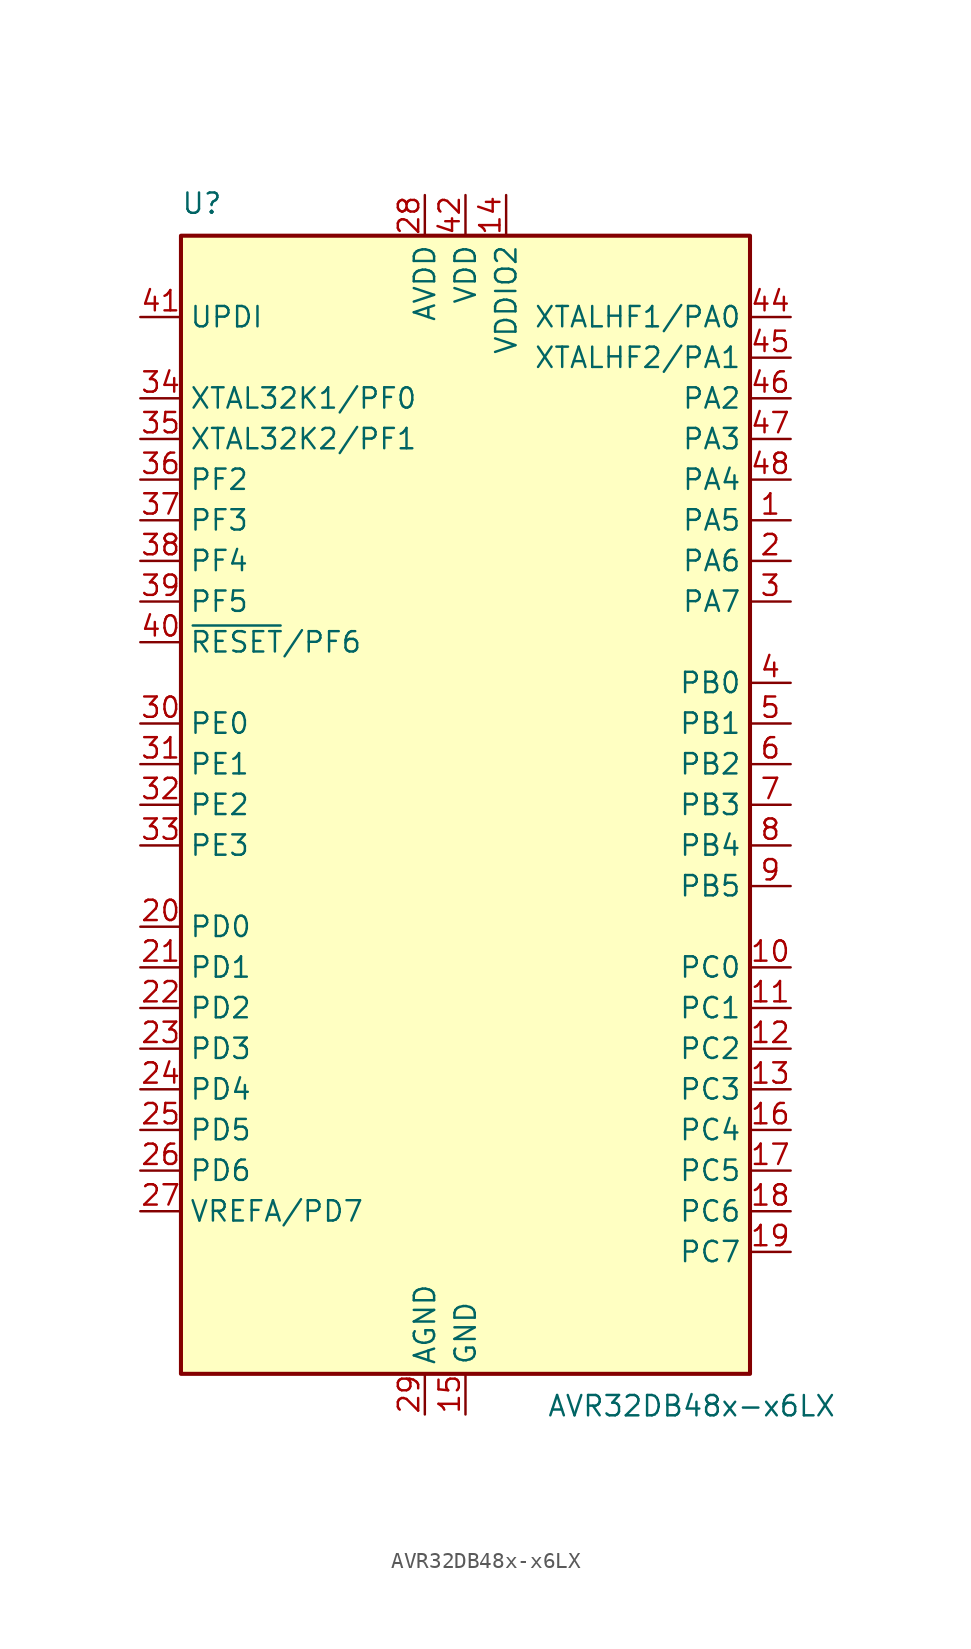
<source format=kicad_sym>
(kicad_symbol_lib
  (version 20211014)
  (generator kicad_symbol_editor)
  (symbol "AVR32DB48x-x6LX"
    (property "Reference" "U"
      (at -17.78 36.83 0)
      (effects (font (size 1.27 1.27)) (justify left bottom)))
    (property "Value" "AVR32DB48x-x6LX"
      (at 5.08 -36.83 0)
      (effects (font (size 1.27 1.27)) (justify left top)))
    (symbol "AVR32DB48x-x6LX_0_1"
      (rectangle (start -17.78 35.56) (end 17.78 -35.56) (stroke (width 0.254) (type default) (color 0 0 0 0)) (fill (type background))))
    (symbol "AVR32DB48x-x6LX_1_1"
      (pin bidirectional line (at 20.32 30.48 180) (length 2.54) (name "XTALHF1/PA0" (effects (font (size 1.27 1.27)))) (number "44" (effects (font (size 1.27 1.27)))))
      (pin bidirectional line (at 20.32 27.94 180) (length 2.54) (name "XTALHF2/PA1" (effects (font (size 1.27 1.27)))) (number "45" (effects (font (size 1.27 1.27)))))
      (pin bidirectional line (at 20.32 25.4 180) (length 2.54) (name "PA2" (effects (font (size 1.27 1.27)))) (number "46" (effects (font (size 1.27 1.27)))))
      (pin bidirectional line (at 20.32 22.86 180) (length 2.54) (name "PA3" (effects (font (size 1.27 1.27)))) (number "47" (effects (font (size 1.27 1.27)))))
      (pin bidirectional line (at 20.32 20.32 180) (length 2.54) (name "PA4" (effects (font (size 1.27 1.27)))) (number "48" (effects (font (size 1.27 1.27)))))
      (pin bidirectional line (at 20.32 17.78 180) (length 2.54) (name "PA5" (effects (font (size 1.27 1.27)))) (number "1" (effects (font (size 1.27 1.27)))))
      (pin bidirectional line (at 20.32 15.24 180) (length 2.54) (name "PA6" (effects (font (size 1.27 1.27)))) (number "2" (effects (font (size 1.27 1.27)))))
      (pin bidirectional line (at 20.32 12.7 180) (length 2.54) (name "PA7" (effects (font (size 1.27 1.27)))) (number "3" (effects (font (size 1.27 1.27)))))
      (pin bidirectional line (at 20.32 7.62 180) (length 2.54) (name "PB0" (effects (font (size 1.27 1.27)))) (number "4" (effects (font (size 1.27 1.27)))))
      (pin bidirectional line (at 20.32 5.08 180) (length 2.54) (name "PB1" (effects (font (size 1.27 1.27)))) (number "5" (effects (font (size 1.27 1.27)))))
      (pin bidirectional line (at 20.32 2.54 180) (length 2.54) (name "PB2" (effects (font (size 1.27 1.27)))) (number "6" (effects (font (size 1.27 1.27)))))
      (pin bidirectional line (at 20.32 0 180) (length 2.54) (name "PB3" (effects (font (size 1.27 1.27)))) (number "7" (effects (font (size 1.27 1.27)))))
      (pin bidirectional line (at 20.32 -2.54 180) (length 2.54) (name "PB4" (effects (font (size 1.27 1.27)))) (number "8" (effects (font (size 1.27 1.27)))))
      (pin bidirectional line (at 20.32 -5.08 180) (length 2.54) (name "PB5" (effects (font (size 1.27 1.27)))) (number "9" (effects (font (size 1.27 1.27)))))
      (pin bidirectional line (at 20.32 -10.16 180) (length 2.54) (name "PC0" (effects (font (size 1.27 1.27)))) (number "10" (effects (font (size 1.27 1.27)))))
      (pin bidirectional line (at 20.32 -12.7 180) (length 2.54) (name "PC1" (effects (font (size 1.27 1.27)))) (number "11" (effects (font (size 1.27 1.27)))))
      (pin bidirectional line (at 20.32 -15.24 180) (length 2.54) (name "PC2" (effects (font (size 1.27 1.27)))) (number "12" (effects (font (size 1.27 1.27)))))
      (pin bidirectional line (at 20.32 -17.78 180) (length 2.54) (name "PC3" (effects (font (size 1.27 1.27)))) (number "13" (effects (font (size 1.27 1.27)))))
      (pin bidirectional line (at 20.32 -20.32 180) (length 2.54) (name "PC4" (effects (font (size 1.27 1.27)))) (number "16" (effects (font (size 1.27 1.27)))))
      (pin bidirectional line (at 20.32 -22.86 180) (length 2.54) (name "PC5" (effects (font (size 1.27 1.27)))) (number "17" (effects (font (size 1.27 1.27)))))
      (pin bidirectional line (at 20.32 -25.4 180) (length 2.54) (name "PC6" (effects (font (size 1.27 1.27)))) (number "18" (effects (font (size 1.27 1.27)))))
      (pin bidirectional line (at 20.32 -27.94 180) (length 2.54) (name "PC7" (effects (font (size 1.27 1.27)))) (number "19" (effects (font (size 1.27 1.27)))))
      (pin input line (at -20.32 30.48 0) (length 2.54) (name "UPDI" (effects (font (size 1.27 1.27)))) (number "41" (effects (font (size 1.27 1.27)))))
      (pin bidirectional line (at -20.32 25.4 0) (length 2.54) (name "XTAL32K1/PF0" (effects (font (size 1.27 1.27)))) (number "34" (effects (font (size 1.27 1.27)))))
      (pin bidirectional line (at -20.32 22.86 0) (length 2.54) (name "XTAL32K2/PF1" (effects (font (size 1.27 1.27)))) (number "35" (effects (font (size 1.27 1.27)))))
      (pin bidirectional line (at -20.32 20.32 0) (length 2.54) (name "PF2" (effects (font (size 1.27 1.27)))) (number "36" (effects (font (size 1.27 1.27)))))
      (pin bidirectional line (at -20.32 17.78 0) (length 2.54) (name "PF3" (effects (font (size 1.27 1.27)))) (number "37" (effects (font (size 1.27 1.27)))))
      (pin bidirectional line (at -20.32 15.24 0) (length 2.54) (name "PF4" (effects (font (size 1.27 1.27)))) (number "38" (effects (font (size 1.27 1.27)))))
      (pin bidirectional line (at -20.32 12.7 0) (length 2.54) (name "PF5" (effects (font (size 1.27 1.27)))) (number "39" (effects (font (size 1.27 1.27)))))
      (pin bidirectional line (at -20.32 10.16 0) (length 2.54) (name "~{RESET}/PF6" (effects (font (size 1.27 1.27)))) (number "40" (effects (font (size 1.27 1.27)))))
      (pin bidirectional line (at -20.32 5.08 0) (length 2.54) (name "PE0" (effects (font (size 1.27 1.27)))) (number "30" (effects (font (size 1.27 1.27)))))
      (pin bidirectional line (at -20.32 2.54 0) (length 2.54) (name "PE1" (effects (font (size 1.27 1.27)))) (number "31" (effects (font (size 1.27 1.27)))))
      (pin bidirectional line (at -20.32 0 0) (length 2.54) (name "PE2" (effects (font (size 1.27 1.27)))) (number "32" (effects (font (size 1.27 1.27)))))
      (pin bidirectional line (at -20.32 -2.54 0) (length 2.54) (name "PE3" (effects (font (size 1.27 1.27)))) (number "33" (effects (font (size 1.27 1.27)))))
      (pin bidirectional line (at -20.32 -7.62 0) (length 2.54) (name "PD0" (effects (font (size 1.27 1.27)))) (number "20" (effects (font (size 1.27 1.27)))))
      (pin bidirectional line (at -20.32 -10.16 0) (length 2.54) (name "PD1" (effects (font (size 1.27 1.27)))) (number "21" (effects (font (size 1.27 1.27)))))
      (pin bidirectional line (at -20.32 -12.7 0) (length 2.54) (name "PD2" (effects (font (size 1.27 1.27)))) (number "22" (effects (font (size 1.27 1.27)))))
      (pin bidirectional line (at -20.32 -15.24 0) (length 2.54) (name "PD3" (effects (font (size 1.27 1.27)))) (number "23" (effects (font (size 1.27 1.27)))))
      (pin bidirectional line (at -20.32 -17.78 0) (length 2.54) (name "PD4" (effects (font (size 1.27 1.27)))) (number "24" (effects (font (size 1.27 1.27)))))
      (pin bidirectional line (at -20.32 -20.32 0) (length 2.54) (name "PD5" (effects (font (size 1.27 1.27)))) (number "25" (effects (font (size 1.27 1.27)))))
      (pin bidirectional line (at -20.32 -22.86 0) (length 2.54) (name "PD6" (effects (font (size 1.27 1.27)))) (number "26" (effects (font (size 1.27 1.27)))))
      (pin bidirectional line (at -20.32 -25.4 0) (length 2.54) (name "VREFA/PD7" (effects (font (size 1.27 1.27)))) (number "27" (effects (font (size 1.27 1.27)))))
      (pin power_in line (at -2.54 38.1 270) (length 2.54) (name "AVDD" (effects (font (size 1.27 1.27)))) (number "28" (effects (font (size 1.27 1.27)))))
      (pin power_in line (at 0 38.1 270) (length 2.54) (name "VDD" (effects (font (size 1.27 1.27)))) (number "42" (effects (font (size 1.27 1.27)))))
      (pin power_in line (at 2.54 38.1 270) (length 2.54) (name "VDDIO2" (effects (font (size 1.27 1.27)))) (number "14" (effects (font (size 1.27 1.27)))))
      (pin power_in line (at -2.54 -38.1 90) (length 2.54) (name "AGND" (effects (font (size 1.27 1.27)))) (number "29" (effects (font (size 1.27 1.27)))))
      (pin power_in line (at 0 -38.1 90) (length 2.54) (name "GND" (effects (font (size 1.27 1.27)))) (number "15" (effects (font (size 1.27 1.27)))))
      (pin passive line (at 0 -38.1 90) (length 2.54) hide (name "GND" (effects (font (size 1.27 1.27)))) (number "43" (effects (font (size 1.27 1.27)))))
      (pin passive line (at 0 -38.1 90) (length 2.54) hide (name "GND" (effects (font (size 1.27 1.27)))) (number "49" (effects (font (size 1.27 1.27))))))))
</source>
